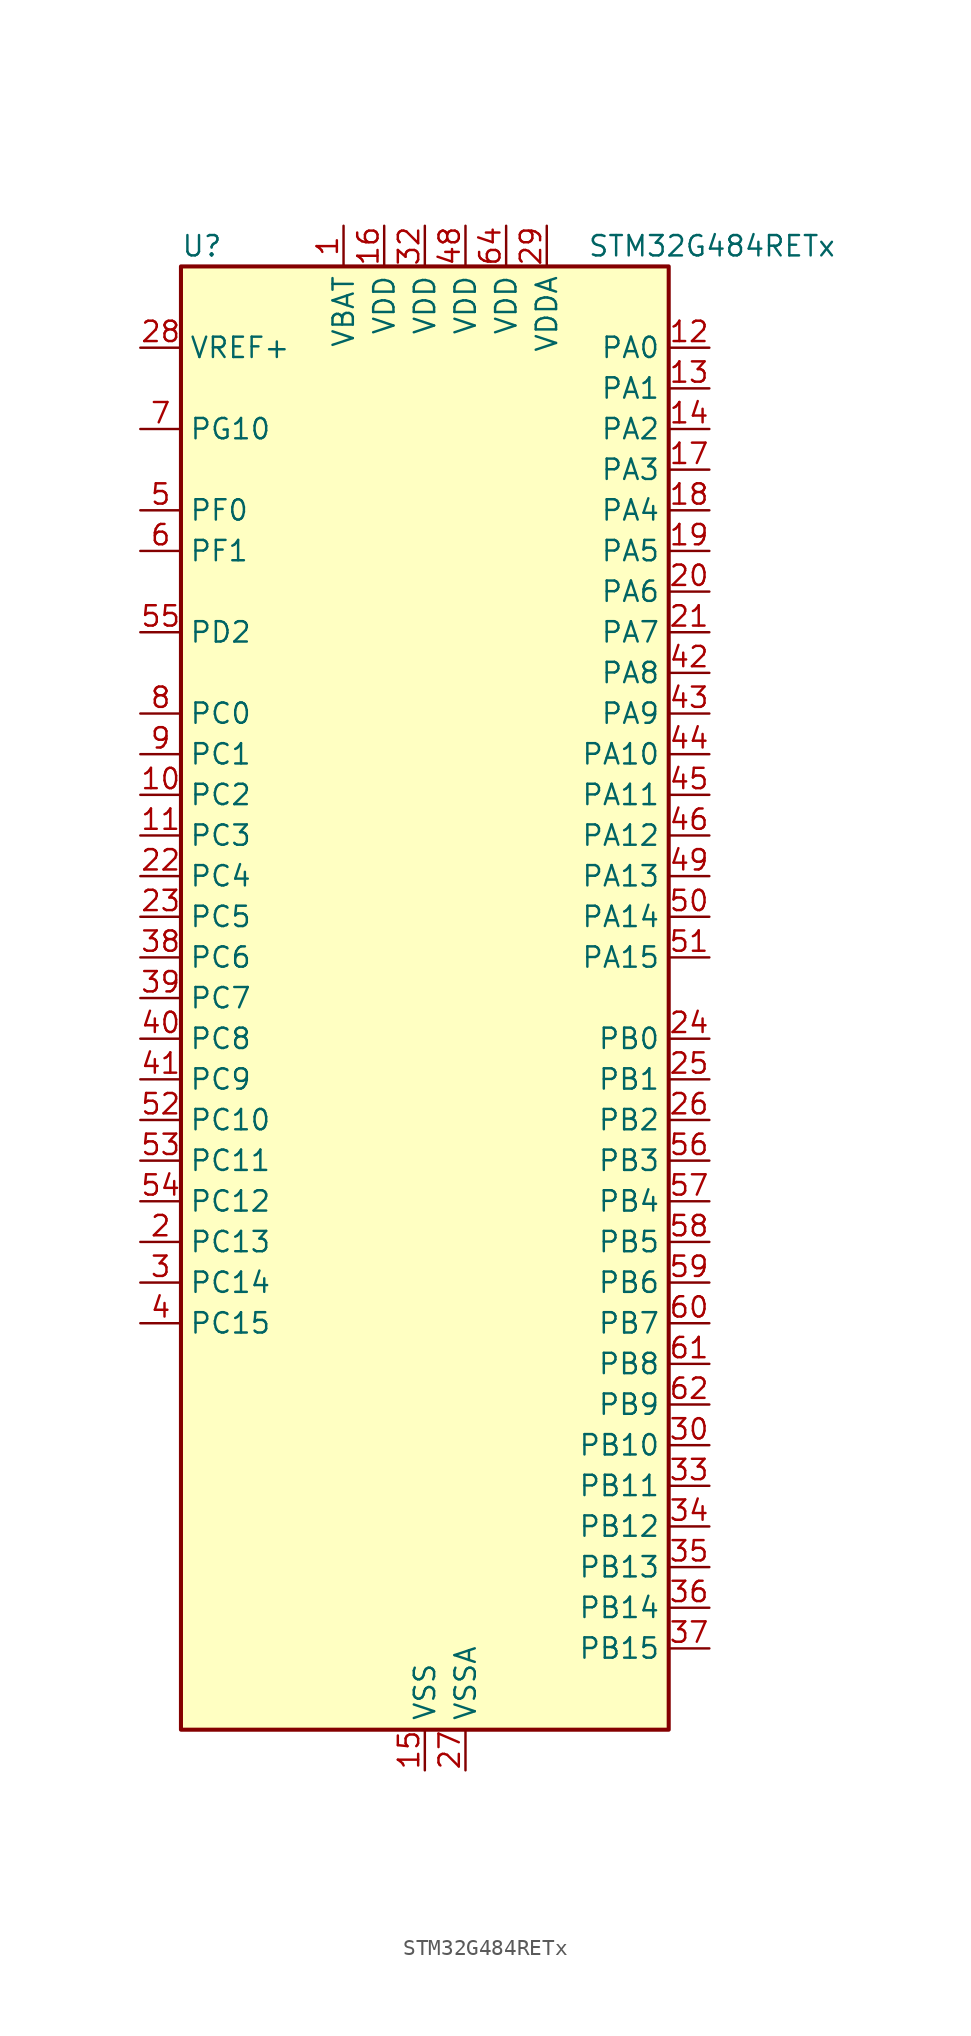
<source format=kicad_sym>
(kicad_symbol_lib
  (version 20241209)
  (generator "kicad_symbol_editor")
  (generator_version "9.0")
  (symbol "STM32G484RETx"
    (property "Reference" "U"
      (at -15.24 46.99 0)
      (effects (font (size 1.27 1.27)) (justify left)))
    (property "Value" "STM32G484RETx"
      (at 10.16 46.99 0)
      (effects (font (size 1.27 1.27)) (justify left)))
    (symbol "STM32G484RETx_0_1"
      (rectangle (start -15.24 -45.72) (end 15.24 45.72) (stroke (width 0.254) (type default)) (fill (type background))))
    (symbol "STM32G484RETx_1_1"
      (pin input line (at -17.78 40.64 0) (length 2.54) (name "VREF+" (effects (font (size 1.27 1.27)))) (number "28" (effects (font (size 1.27 1.27)))) (alternate "VREFBUF_OUT" bidirectional line))
      (pin bidirectional line (at -17.78 35.56 0) (length 2.54) (name "PG10" (effects (font (size 1.27 1.27)))) (number "7" (effects (font (size 1.27 1.27)))) (alternate "DAC1_EXTI10" bidirectional line) (alternate "DAC2_EXTI10" bidirectional line) (alternate "DAC3_EXTI10" bidirectional line) (alternate "DAC4_EXTI10" bidirectional line) (alternate "RCC_MCO" bidirectional line))
      (pin bidirectional line (at -17.78 30.48 0) (length 2.54) (name "PF0" (effects (font (size 1.27 1.27)))) (number "5" (effects (font (size 1.27 1.27)))) (alternate "ADC1_IN10" bidirectional line) (alternate "I2C2_SDA" bidirectional line) (alternate "I2S2_WS" bidirectional line) (alternate "RCC_OSC_IN" bidirectional line) (alternate "SPI2_NSS" bidirectional line) (alternate "TIM1_CH3N" bidirectional line))
      (pin bidirectional line (at -17.78 27.94 0) (length 2.54) (name "PF1" (effects (font (size 1.27 1.27)))) (number "6" (effects (font (size 1.27 1.27)))) (alternate "ADC2_IN10" bidirectional line) (alternate "COMP3_INM" bidirectional line) (alternate "I2S2_CK" bidirectional line) (alternate "RCC_OSC_OUT" bidirectional line) (alternate "SPI2_SCK" bidirectional line))
      (pin bidirectional line (at -17.78 22.86 0) (length 2.54) (name "PD2" (effects (font (size 1.27 1.27)))) (number "55" (effects (font (size 1.27 1.27)))) (alternate "ADC3_EXTI2" bidirectional line) (alternate "ADC4_EXTI2" bidirectional line) (alternate "ADC5_EXTI2" bidirectional line) (alternate "TIM3_ETR" bidirectional line) (alternate "TIM8_BKIN" bidirectional line) (alternate "UART5_RX" bidirectional line))
      (pin bidirectional line (at -17.78 17.78 0) (length 2.54) (name "PC0" (effects (font (size 1.27 1.27)))) (number "8" (effects (font (size 1.27 1.27)))) (alternate "ADC1_IN6" bidirectional line) (alternate "ADC2_IN6" bidirectional line) (alternate "COMP3_INM" bidirectional line) (alternate "LPTIM1_IN1" bidirectional line) (alternate "LPUART1_RX" bidirectional line) (alternate "TIM1_CH1" bidirectional line))
      (pin bidirectional line (at -17.78 15.24 0) (length 2.54) (name "PC1" (effects (font (size 1.27 1.27)))) (number "9" (effects (font (size 1.27 1.27)))) (alternate "ADC1_IN7" bidirectional line) (alternate "ADC2_IN7" bidirectional line) (alternate "COMP3_INP" bidirectional line) (alternate "LPTIM1_OUT" bidirectional line) (alternate "LPUART1_TX" bidirectional line) (alternate "QUADSPI1_BK2_IO0" bidirectional line) (alternate "SAI1_SD_A" bidirectional line) (alternate "TIM1_CH2" bidirectional line))
      (pin bidirectional line (at -17.78 12.7 0) (length 2.54) (name "PC2" (effects (font (size 1.27 1.27)))) (number "10" (effects (font (size 1.27 1.27)))) (alternate "ADC1_IN8" bidirectional line) (alternate "ADC2_IN8" bidirectional line) (alternate "ADC3_EXTI2" bidirectional line) (alternate "ADC4_EXTI2" bidirectional line) (alternate "ADC5_EXTI2" bidirectional line) (alternate "COMP3_OUT" bidirectional line) (alternate "LPTIM1_IN2" bidirectional line) (alternate "QUADSPI1_BK2_IO1" bidirectional line) (alternate "TIM1_CH3" bidirectional line) (alternate "TIM20_CH2" bidirectional line))
      (pin bidirectional line (at -17.78 10.16 0) (length 2.54) (name "PC3" (effects (font (size 1.27 1.27)))) (number "11" (effects (font (size 1.27 1.27)))) (alternate "ADC1_IN9" bidirectional line) (alternate "ADC2_IN9" bidirectional line) (alternate "ADC3_EXTI3" bidirectional line) (alternate "ADC4_EXTI3" bidirectional line) (alternate "ADC5_EXTI3" bidirectional line) (alternate "LPTIM1_ETR" bidirectional line) (alternate "OPAMP5_VINP" bidirectional line) (alternate "OPAMP5_VINP_SEC" bidirectional line) (alternate "QUADSPI1_BK2_IO2" bidirectional line) (alternate "SAI1_D1" bidirectional line) (alternate "SAI1_SD_A" bidirectional line) (alternate "TIM1_BKIN2" bidirectional line) (alternate "TIM1_CH4" bidirectional line))
      (pin bidirectional line (at -17.78 7.62 0) (length 2.54) (name "PC4" (effects (font (size 1.27 1.27)))) (number "22" (effects (font (size 1.27 1.27)))) (alternate "ADC2_IN5" bidirectional line) (alternate "I2C2_SCL" bidirectional line) (alternate "QUADSPI1_BK2_IO3" bidirectional line) (alternate "TIM1_ETR" bidirectional line) (alternate "USART1_TX" bidirectional line))
      (pin bidirectional line (at -17.78 5.08 0) (length 2.54) (name "PC5" (effects (font (size 1.27 1.27)))) (number "23" (effects (font (size 1.27 1.27)))) (alternate "ADC2_IN11" bidirectional line) (alternate "HRTIM1_EEV10" bidirectional line) (alternate "OPAMP1_VINM" bidirectional line) (alternate "OPAMP1_VINM1" bidirectional line) (alternate "OPAMP1_VINM_SEC" bidirectional line) (alternate "OPAMP2_VINM" bidirectional line) (alternate "OPAMP2_VINM1" bidirectional line) (alternate "OPAMP2_VINM_SEC" bidirectional line) (alternate "SAI1_D3" bidirectional line) (alternate "SYS_WKUP5" bidirectional line) (alternate "TIM15_BKIN" bidirectional line) (alternate "TIM1_CH4N" bidirectional line) (alternate "USART1_RX" bidirectional line))
      (pin bidirectional line (at -17.78 2.54 0) (length 2.54) (name "PC6" (effects (font (size 1.27 1.27)))) (number "38" (effects (font (size 1.27 1.27)))) (alternate "COMP6_OUT" bidirectional line) (alternate "HRTIM1_CHF1" bidirectional line) (alternate "HRTIM1_EEV10" bidirectional line) (alternate "I2C4_SCL" bidirectional line) (alternate "I2S2_MCK" bidirectional line) (alternate "TIM3_CH1" bidirectional line) (alternate "TIM8_CH1" bidirectional line))
      (pin bidirectional line (at -17.78 0 0) (length 2.54) (name "PC7" (effects (font (size 1.27 1.27)))) (number "39" (effects (font (size 1.27 1.27)))) (alternate "COMP5_OUT" bidirectional line) (alternate "HRTIM1_CHF2" bidirectional line) (alternate "HRTIM1_FLT5" bidirectional line) (alternate "I2C4_SDA" bidirectional line) (alternate "I2S3_MCK" bidirectional line) (alternate "TIM3_CH2" bidirectional line) (alternate "TIM8_CH2" bidirectional line))
      (pin bidirectional line (at -17.78 -2.54 0) (length 2.54) (name "PC8" (effects (font (size 1.27 1.27)))) (number "40" (effects (font (size 1.27 1.27)))) (alternate "COMP7_OUT" bidirectional line) (alternate "HRTIM1_CHE1" bidirectional line) (alternate "I2C3_SCL" bidirectional line) (alternate "TIM20_CH3" bidirectional line) (alternate "TIM3_CH3" bidirectional line) (alternate "TIM8_CH3" bidirectional line))
      (pin bidirectional line (at -17.78 -5.08 0) (length 2.54) (name "PC9" (effects (font (size 1.27 1.27)))) (number "41" (effects (font (size 1.27 1.27)))) (alternate "DAC1_EXTI9" bidirectional line) (alternate "DAC2_EXTI9" bidirectional line) (alternate "DAC3_EXTI9" bidirectional line) (alternate "DAC4_EXTI9" bidirectional line) (alternate "HRTIM1_CHE2" bidirectional line) (alternate "I2C3_SDA" bidirectional line) (alternate "I2S_CKIN" bidirectional line) (alternate "TIM3_CH4" bidirectional line) (alternate "TIM8_BKIN2" bidirectional line) (alternate "TIM8_CH4" bidirectional line))
      (pin bidirectional line (at -17.78 -7.62 0) (length 2.54) (name "PC10" (effects (font (size 1.27 1.27)))) (number "52" (effects (font (size 1.27 1.27)))) (alternate "DAC1_EXTI10" bidirectional line) (alternate "DAC2_EXTI10" bidirectional line) (alternate "DAC3_EXTI10" bidirectional line) (alternate "DAC4_EXTI10" bidirectional line) (alternate "HRTIM1_FLT6" bidirectional line) (alternate "I2S3_CK" bidirectional line) (alternate "SPI3_SCK" bidirectional line) (alternate "TIM8_CH1N" bidirectional line) (alternate "UART4_TX" bidirectional line) (alternate "USART3_TX" bidirectional line))
      (pin bidirectional line (at -17.78 -10.16 0) (length 2.54) (name "PC11" (effects (font (size 1.27 1.27)))) (number "53" (effects (font (size 1.27 1.27)))) (alternate "ADC1_EXTI11" bidirectional line) (alternate "ADC2_EXTI11" bidirectional line) (alternate "HRTIM1_EEV2" bidirectional line) (alternate "I2C3_SDA" bidirectional line) (alternate "SPI3_MISO" bidirectional line) (alternate "TIM8_CH2N" bidirectional line) (alternate "UART4_RX" bidirectional line) (alternate "USART3_RX" bidirectional line))
      (pin bidirectional line (at -17.78 -12.7 0) (length 2.54) (name "PC12" (effects (font (size 1.27 1.27)))) (number "54" (effects (font (size 1.27 1.27)))) (alternate "HRTIM1_EEV1" bidirectional line) (alternate "I2S3_SD" bidirectional line) (alternate "SPI3_MOSI" bidirectional line) (alternate "TIM5_CH2" bidirectional line) (alternate "TIM8_CH3N" bidirectional line) (alternate "UART5_TX" bidirectional line) (alternate "UCPD1_FRSTX1" bidirectional line) (alternate "UCPD1_FRSTX2" bidirectional line) (alternate "USART3_CK" bidirectional line))
      (pin bidirectional line (at -17.78 -15.24 0) (length 2.54) (name "PC13" (effects (font (size 1.27 1.27)))) (number "2" (effects (font (size 1.27 1.27)))) (alternate "RTC_OUT1" bidirectional line) (alternate "RTC_TAMP1" bidirectional line) (alternate "RTC_TS" bidirectional line) (alternate "SYS_WKUP2" bidirectional line) (alternate "TIM1_BKIN" bidirectional line) (alternate "TIM1_CH1N" bidirectional line) (alternate "TIM8_CH4N" bidirectional line))
      (pin bidirectional line (at -17.78 -17.78 0) (length 2.54) (name "PC14" (effects (font (size 1.27 1.27)))) (number "3" (effects (font (size 1.27 1.27)))) (alternate "RCC_OSC32_IN" bidirectional line))
      (pin bidirectional line (at -17.78 -20.32 0) (length 2.54) (name "PC15" (effects (font (size 1.27 1.27)))) (number "4" (effects (font (size 1.27 1.27)))) (alternate "ADC1_EXTI15" bidirectional line) (alternate "ADC2_EXTI15" bidirectional line) (alternate "RCC_OSC32_OUT" bidirectional line))
      (pin power_in line (at -5.08 48.26 270) (length 2.54) (name "VBAT" (effects (font (size 1.27 1.27)))) (number "1" (effects (font (size 1.27 1.27)))))
      (pin power_in line (at -2.54 48.26 270) (length 2.54) (name "VDD" (effects (font (size 1.27 1.27)))) (number "16" (effects (font (size 1.27 1.27)))))
      (pin power_in line (at 0 48.26 270) (length 2.54) (name "VDD" (effects (font (size 1.27 1.27)))) (number "32" (effects (font (size 1.27 1.27)))))
      (pin power_in line (at 0 -48.26 90) (length 2.54) (name "VSS" (effects (font (size 1.27 1.27)))) (number "15" (effects (font (size 1.27 1.27)))))
      (pin passive line (at 0 -48.26 90) (length 2.54) (hide yes) (name "VSS" (effects (font (size 1.27 1.27)))) (number "31" (effects (font (size 1.27 1.27)))))
      (pin passive line (at 0 -48.26 90) (length 2.54) (hide yes) (name "VSS" (effects (font (size 1.27 1.27)))) (number "47" (effects (font (size 1.27 1.27)))))
      (pin passive line (at 0 -48.26 90) (length 2.54) (hide yes) (name "VSS" (effects (font (size 1.27 1.27)))) (number "63" (effects (font (size 1.27 1.27)))))
      (pin power_in line (at 2.54 48.26 270) (length 2.54) (name "VDD" (effects (font (size 1.27 1.27)))) (number "48" (effects (font (size 1.27 1.27)))))
      (pin power_in line (at 2.54 -48.26 90) (length 2.54) (name "VSSA" (effects (font (size 1.27 1.27)))) (number "27" (effects (font (size 1.27 1.27)))))
      (pin power_in line (at 5.08 48.26 270) (length 2.54) (name "VDD" (effects (font (size 1.27 1.27)))) (number "64" (effects (font (size 1.27 1.27)))))
      (pin power_in line (at 7.62 48.26 270) (length 2.54) (name "VDDA" (effects (font (size 1.27 1.27)))) (number "29" (effects (font (size 1.27 1.27)))))
      (pin bidirectional line (at 17.78 40.64 180) (length 2.54) (name "PA0" (effects (font (size 1.27 1.27)))) (number "12" (effects (font (size 1.27 1.27)))) (alternate "ADC1_IN1" bidirectional line) (alternate "ADC2_IN1" bidirectional line) (alternate "COMP1_INM" bidirectional line) (alternate "COMP1_OUT" bidirectional line) (alternate "COMP3_INP" bidirectional line) (alternate "RTC_TAMP2" bidirectional line) (alternate "SYS_WKUP1" bidirectional line) (alternate "TIM2_CH1" bidirectional line) (alternate "TIM2_ETR" bidirectional line) (alternate "TIM5_CH1" bidirectional line) (alternate "TIM8_BKIN" bidirectional line) (alternate "TIM8_ETR" bidirectional line) (alternate "USART2_CTS" bidirectional line) (alternate "USART2_NSS" bidirectional line))
      (pin bidirectional line (at 17.78 38.1 180) (length 2.54) (name "PA1" (effects (font (size 1.27 1.27)))) (number "13" (effects (font (size 1.27 1.27)))) (alternate "ADC1_IN2" bidirectional line) (alternate "ADC2_IN2" bidirectional line) (alternate "COMP1_INP" bidirectional line) (alternate "OPAMP1_VINP" bidirectional line) (alternate "OPAMP1_VINP_SEC" bidirectional line) (alternate "OPAMP3_VINP" bidirectional line) (alternate "OPAMP3_VINP_SEC" bidirectional line) (alternate "OPAMP6_VINM" bidirectional line) (alternate "OPAMP6_VINM0" bidirectional line) (alternate "OPAMP6_VINM_SEC" bidirectional line) (alternate "RTC_REFIN" bidirectional line) (alternate "TIM15_CH1N" bidirectional line) (alternate "TIM2_CH2" bidirectional line) (alternate "TIM5_CH2" bidirectional line) (alternate "USART2_DE" bidirectional line) (alternate "USART2_RTS" bidirectional line))
      (pin bidirectional line (at 17.78 35.56 180) (length 2.54) (name "PA2" (effects (font (size 1.27 1.27)))) (number "14" (effects (font (size 1.27 1.27)))) (alternate "ADC1_IN3" bidirectional line) (alternate "ADC3_EXTI2" bidirectional line) (alternate "ADC4_EXTI2" bidirectional line) (alternate "ADC5_EXTI2" bidirectional line) (alternate "COMP2_INM" bidirectional line) (alternate "COMP2_OUT" bidirectional line) (alternate "LPUART1_TX" bidirectional line) (alternate "OPAMP1_VOUT" bidirectional line) (alternate "QUADSPI1_BK1_NCS" bidirectional line) (alternate "RCC_LSCO" bidirectional line) (alternate "SYS_WKUP4" bidirectional line) (alternate "TIM15_CH1" bidirectional line) (alternate "TIM2_CH3" bidirectional line) (alternate "TIM5_CH3" bidirectional line) (alternate "UCPD1_FRSTX1" bidirectional line) (alternate "UCPD1_FRSTX2" bidirectional line) (alternate "USART2_TX" bidirectional line))
      (pin bidirectional line (at 17.78 33.02 180) (length 2.54) (name "PA3" (effects (font (size 1.27 1.27)))) (number "17" (effects (font (size 1.27 1.27)))) (alternate "ADC1_IN4" bidirectional line) (alternate "ADC3_EXTI3" bidirectional line) (alternate "ADC4_EXTI3" bidirectional line) (alternate "ADC5_EXTI3" bidirectional line) (alternate "COMP2_INP" bidirectional line) (alternate "LPUART1_RX" bidirectional line) (alternate "OPAMP1_VINM" bidirectional line) (alternate "OPAMP1_VINM0" bidirectional line) (alternate "OPAMP1_VINM_SEC" bidirectional line) (alternate "OPAMP1_VINP" bidirectional line) (alternate "OPAMP1_VINP_SEC" bidirectional line) (alternate "OPAMP5_VINM" bidirectional line) (alternate "OPAMP5_VINM1" bidirectional line) (alternate "OPAMP5_VINM_SEC" bidirectional line) (alternate "QUADSPI1_CLK" bidirectional line) (alternate "SAI1_CK1" bidirectional line) (alternate "SAI1_MCLK_A" bidirectional line) (alternate "TIM15_CH2" bidirectional line) (alternate "TIM2_CH4" bidirectional line) (alternate "TIM5_CH4" bidirectional line) (alternate "USART2_RX" bidirectional line))
      (pin bidirectional line (at 17.78 30.48 180) (length 2.54) (name "PA4" (effects (font (size 1.27 1.27)))) (number "18" (effects (font (size 1.27 1.27)))) (alternate "ADC2_IN17" bidirectional line) (alternate "COMP1_INM" bidirectional line) (alternate "DAC1_OUT1" bidirectional line) (alternate "I2S3_WS" bidirectional line) (alternate "SAI1_FS_B" bidirectional line) (alternate "SPI1_NSS" bidirectional line) (alternate "SPI3_NSS" bidirectional line) (alternate "TIM3_CH2" bidirectional line) (alternate "USART2_CK" bidirectional line))
      (pin bidirectional line (at 17.78 27.94 180) (length 2.54) (name "PA5" (effects (font (size 1.27 1.27)))) (number "19" (effects (font (size 1.27 1.27)))) (alternate "ADC2_IN13" bidirectional line) (alternate "COMP2_INM" bidirectional line) (alternate "DAC1_OUT2" bidirectional line) (alternate "OPAMP2_VINM" bidirectional line) (alternate "OPAMP2_VINM0" bidirectional line) (alternate "OPAMP2_VINM_SEC" bidirectional line) (alternate "SPI1_SCK" bidirectional line) (alternate "TIM2_CH1" bidirectional line) (alternate "TIM2_ETR" bidirectional line) (alternate "UCPD1_FRSTX1" bidirectional line) (alternate "UCPD1_FRSTX2" bidirectional line))
      (pin bidirectional line (at 17.78 25.4 180) (length 2.54) (name "PA6" (effects (font (size 1.27 1.27)))) (number "20" (effects (font (size 1.27 1.27)))) (alternate "ADC2_IN3" bidirectional line) (alternate "COMP1_OUT" bidirectional line) (alternate "DAC2_OUT1" bidirectional line) (alternate "LPUART1_CTS" bidirectional line) (alternate "OPAMP2_VOUT" bidirectional line) (alternate "QUADSPI1_BK1_IO3" bidirectional line) (alternate "SPI1_MISO" bidirectional line) (alternate "TIM16_CH1" bidirectional line) (alternate "TIM1_BKIN" bidirectional line) (alternate "TIM3_CH1" bidirectional line) (alternate "TIM8_BKIN" bidirectional line))
      (pin bidirectional line (at 17.78 22.86 180) (length 2.54) (name "PA7" (effects (font (size 1.27 1.27)))) (number "21" (effects (font (size 1.27 1.27)))) (alternate "ADC2_IN4" bidirectional line) (alternate "COMP2_INP" bidirectional line) (alternate "COMP2_OUT" bidirectional line) (alternate "OPAMP1_VINP" bidirectional line) (alternate "OPAMP1_VINP_SEC" bidirectional line) (alternate "OPAMP2_VINP" bidirectional line) (alternate "OPAMP2_VINP_SEC" bidirectional line) (alternate "QUADSPI1_BK1_IO2" bidirectional line) (alternate "SPI1_MOSI" bidirectional line) (alternate "TIM17_CH1" bidirectional line) (alternate "TIM1_CH1N" bidirectional line) (alternate "TIM3_CH2" bidirectional line) (alternate "TIM8_CH1N" bidirectional line) (alternate "UCPD1_FRSTX1" bidirectional line) (alternate "UCPD1_FRSTX2" bidirectional line))
      (pin bidirectional line (at 17.78 20.32 180) (length 2.54) (name "PA8" (effects (font (size 1.27 1.27)))) (number "42" (effects (font (size 1.27 1.27)))) (alternate "ADC5_IN1" bidirectional line) (alternate "COMP7_OUT" bidirectional line) (alternate "FDCAN3_RX" bidirectional line) (alternate "HRTIM1_CHA1" bidirectional line) (alternate "I2C2_SDA" bidirectional line) (alternate "I2C3_SCL" bidirectional line) (alternate "I2S2_MCK" bidirectional line) (alternate "OPAMP5_VOUT" bidirectional line) (alternate "RCC_MCO" bidirectional line) (alternate "SAI1_CK2" bidirectional line) (alternate "SAI1_SCK_A" bidirectional line) (alternate "TIM1_CH1" bidirectional line) (alternate "TIM4_ETR" bidirectional line) (alternate "USART1_CK" bidirectional line))
      (pin bidirectional line (at 17.78 17.78 180) (length 2.54) (name "PA9" (effects (font (size 1.27 1.27)))) (number "43" (effects (font (size 1.27 1.27)))) (alternate "ADC5_IN2" bidirectional line) (alternate "COMP5_OUT" bidirectional line) (alternate "DAC1_EXTI9" bidirectional line) (alternate "DAC2_EXTI9" bidirectional line) (alternate "DAC3_EXTI9" bidirectional line) (alternate "DAC4_EXTI9" bidirectional line) (alternate "HRTIM1_CHA2" bidirectional line) (alternate "I2C2_SCL" bidirectional line) (alternate "I2C3_SMBA" bidirectional line) (alternate "I2S3_MCK" bidirectional line) (alternate "SAI1_FS_A" bidirectional line) (alternate "TIM15_BKIN" bidirectional line) (alternate "TIM1_CH2" bidirectional line) (alternate "TIM2_CH3" bidirectional line) (alternate "UCPD1_DBCC1" bidirectional line) (alternate "USART1_TX" bidirectional line))
      (pin bidirectional line (at 17.78 15.24 180) (length 2.54) (name "PA10" (effects (font (size 1.27 1.27)))) (number "44" (effects (font (size 1.27 1.27)))) (alternate "COMP6_OUT" bidirectional line) (alternate "CRS_SYNC" bidirectional line) (alternate "DAC1_EXTI10" bidirectional line) (alternate "DAC2_EXTI10" bidirectional line) (alternate "DAC3_EXTI10" bidirectional line) (alternate "DAC4_EXTI10" bidirectional line) (alternate "HRTIM1_CHB1" bidirectional line) (alternate "I2C2_SMBA" bidirectional line) (alternate "SAI1_D1" bidirectional line) (alternate "SAI1_SD_A" bidirectional line) (alternate "SPI2_MISO" bidirectional line) (alternate "TIM17_BKIN" bidirectional line) (alternate "TIM1_CH3" bidirectional line) (alternate "TIM2_CH4" bidirectional line) (alternate "TIM8_BKIN" bidirectional line) (alternate "UCPD1_DBCC2" bidirectional line) (alternate "USART1_RX" bidirectional line))
      (pin bidirectional line (at 17.78 12.7 180) (length 2.54) (name "PA11" (effects (font (size 1.27 1.27)))) (number "45" (effects (font (size 1.27 1.27)))) (alternate "ADC1_EXTI11" bidirectional line) (alternate "ADC2_EXTI11" bidirectional line) (alternate "COMP1_OUT" bidirectional line) (alternate "FDCAN1_RX" bidirectional line) (alternate "HRTIM1_CHB2" bidirectional line) (alternate "I2S2_SD" bidirectional line) (alternate "SPI2_MOSI" bidirectional line) (alternate "TIM1_BKIN2" bidirectional line) (alternate "TIM1_CH1N" bidirectional line) (alternate "TIM1_CH4" bidirectional line) (alternate "TIM4_CH1" bidirectional line) (alternate "USART1_CTS" bidirectional line) (alternate "USART1_NSS" bidirectional line) (alternate "USB_DM" bidirectional line))
      (pin bidirectional line (at 17.78 10.16 180) (length 2.54) (name "PA12" (effects (font (size 1.27 1.27)))) (number "46" (effects (font (size 1.27 1.27)))) (alternate "COMP2_OUT" bidirectional line) (alternate "FDCAN1_TX" bidirectional line) (alternate "HRTIM1_FLT1" bidirectional line) (alternate "I2S_CKIN" bidirectional line) (alternate "TIM16_CH1" bidirectional line) (alternate "TIM1_CH2N" bidirectional line) (alternate "TIM1_ETR" bidirectional line) (alternate "TIM4_CH2" bidirectional line) (alternate "USART1_DE" bidirectional line) (alternate "USART1_RTS" bidirectional line) (alternate "USB_DP" bidirectional line))
      (pin bidirectional line (at 17.78 7.62 180) (length 2.54) (name "PA13" (effects (font (size 1.27 1.27)))) (number "49" (effects (font (size 1.27 1.27)))) (alternate "I2C1_SCL" bidirectional line) (alternate "I2C4_SCL" bidirectional line) (alternate "IR_OUT" bidirectional line) (alternate "SAI1_SD_B" bidirectional line) (alternate "SYS_JTMS-SWDIO" bidirectional line) (alternate "TIM16_CH1N" bidirectional line) (alternate "TIM4_CH3" bidirectional line) (alternate "USART3_CTS" bidirectional line) (alternate "USART3_NSS" bidirectional line))
      (pin bidirectional line (at 17.78 5.08 180) (length 2.54) (name "PA14" (effects (font (size 1.27 1.27)))) (number "50" (effects (font (size 1.27 1.27)))) (alternate "I2C1_SDA" bidirectional line) (alternate "I2C4_SMBA" bidirectional line) (alternate "LPTIM1_OUT" bidirectional line) (alternate "SAI1_FS_B" bidirectional line) (alternate "SYS_JTCK-SWCLK" bidirectional line) (alternate "TIM1_BKIN" bidirectional line) (alternate "TIM8_CH2" bidirectional line) (alternate "USART2_TX" bidirectional line))
      (pin bidirectional line (at 17.78 2.54 180) (length 2.54) (name "PA15" (effects (font (size 1.27 1.27)))) (number "51" (effects (font (size 1.27 1.27)))) (alternate "ADC1_EXTI15" bidirectional line) (alternate "ADC2_EXTI15" bidirectional line) (alternate "FDCAN3_TX" bidirectional line) (alternate "HRTIM1_FLT2" bidirectional line) (alternate "I2C1_SCL" bidirectional line) (alternate "I2S3_WS" bidirectional line) (alternate "SPI1_NSS" bidirectional line) (alternate "SPI3_NSS" bidirectional line) (alternate "SYS_JTDI" bidirectional line) (alternate "TIM1_BKIN" bidirectional line) (alternate "TIM2_CH1" bidirectional line) (alternate "TIM2_ETR" bidirectional line) (alternate "TIM8_CH1" bidirectional line) (alternate "UART4_DE" bidirectional line) (alternate "UART4_RTS" bidirectional line) (alternate "USART2_RX" bidirectional line))
      (pin bidirectional line (at 17.78 -2.54 180) (length 2.54) (name "PB0" (effects (font (size 1.27 1.27)))) (number "24" (effects (font (size 1.27 1.27)))) (alternate "ADC1_IN15" bidirectional line) (alternate "ADC3_IN12" bidirectional line) (alternate "COMP4_INP" bidirectional line) (alternate "HRTIM1_FLT5" bidirectional line) (alternate "OPAMP2_VINP" bidirectional line) (alternate "OPAMP2_VINP_SEC" bidirectional line) (alternate "OPAMP3_VINP" bidirectional line) (alternate "OPAMP3_VINP_SEC" bidirectional line) (alternate "QUADSPI1_BK1_IO1" bidirectional line) (alternate "TIM1_CH2N" bidirectional line) (alternate "TIM3_CH3" bidirectional line) (alternate "TIM8_CH2N" bidirectional line) (alternate "UCPD1_FRSTX1" bidirectional line) (alternate "UCPD1_FRSTX2" bidirectional line))
      (pin bidirectional line (at 17.78 -5.08 180) (length 2.54) (name "PB1" (effects (font (size 1.27 1.27)))) (number "25" (effects (font (size 1.27 1.27)))) (alternate "ADC1_IN12" bidirectional line) (alternate "ADC3_IN1" bidirectional line) (alternate "COMP1_INP" bidirectional line) (alternate "COMP4_OUT" bidirectional line) (alternate "HRTIM1_SCOUT" bidirectional line) (alternate "LPUART1_DE" bidirectional line) (alternate "LPUART1_RTS" bidirectional line) (alternate "OPAMP3_VOUT" bidirectional line) (alternate "OPAMP6_VINM" bidirectional line) (alternate "OPAMP6_VINM1" bidirectional line) (alternate "OPAMP6_VINM_SEC" bidirectional line) (alternate "QUADSPI1_BK1_IO0" bidirectional line) (alternate "TIM1_CH3N" bidirectional line) (alternate "TIM3_CH4" bidirectional line) (alternate "TIM8_CH3N" bidirectional line))
      (pin bidirectional line (at 17.78 -7.62 180) (length 2.54) (name "PB2" (effects (font (size 1.27 1.27)))) (number "26" (effects (font (size 1.27 1.27)))) (alternate "ADC2_IN12" bidirectional line) (alternate "ADC3_EXTI2" bidirectional line) (alternate "ADC4_EXTI2" bidirectional line) (alternate "ADC5_EXTI2" bidirectional line) (alternate "COMP4_INM" bidirectional line) (alternate "HRTIM1_SCIN" bidirectional line) (alternate "I2C3_SMBA" bidirectional line) (alternate "LPTIM1_OUT" bidirectional line) (alternate "OPAMP3_VINM" bidirectional line) (alternate "OPAMP3_VINM0" bidirectional line) (alternate "OPAMP3_VINM_SEC" bidirectional line) (alternate "QUADSPI1_BK2_IO1" bidirectional line) (alternate "RTC_OUT2" bidirectional line) (alternate "TIM20_CH1" bidirectional line) (alternate "TIM5_CH1" bidirectional line))
      (pin bidirectional line (at 17.78 -10.16 180) (length 2.54) (name "PB3" (effects (font (size 1.27 1.27)))) (number "56" (effects (font (size 1.27 1.27)))) (alternate "ADC3_EXTI3" bidirectional line) (alternate "ADC4_EXTI3" bidirectional line) (alternate "ADC5_EXTI3" bidirectional line) (alternate "CRS_SYNC" bidirectional line) (alternate "FDCAN3_RX" bidirectional line) (alternate "HRTIM1_EEV9" bidirectional line) (alternate "HRTIM1_SCOUT" bidirectional line) (alternate "I2S3_CK" bidirectional line) (alternate "SAI1_SCK_B" bidirectional line) (alternate "SPI1_SCK" bidirectional line) (alternate "SPI3_SCK" bidirectional line) (alternate "SYS_JTDO-SWO" bidirectional line) (alternate "TIM2_CH2" bidirectional line) (alternate "TIM3_ETR" bidirectional line) (alternate "TIM4_ETR" bidirectional line) (alternate "TIM8_CH1N" bidirectional line) (alternate "USART2_TX" bidirectional line))
      (pin bidirectional line (at 17.78 -12.7 180) (length 2.54) (name "PB4" (effects (font (size 1.27 1.27)))) (number "57" (effects (font (size 1.27 1.27)))) (alternate "FDCAN3_TX" bidirectional line) (alternate "HRTIM1_EEV7" bidirectional line) (alternate "SAI1_MCLK_B" bidirectional line) (alternate "SPI1_MISO" bidirectional line) (alternate "SPI3_MISO" bidirectional line) (alternate "SYS_JTRST" bidirectional line) (alternate "TIM16_CH1" bidirectional line) (alternate "TIM17_BKIN" bidirectional line) (alternate "TIM3_CH1" bidirectional line) (alternate "TIM8_CH2N" bidirectional line) (alternate "UART5_DE" bidirectional line) (alternate "UART5_RTS" bidirectional line) (alternate "UCPD1_CC2" bidirectional line) (alternate "USART2_RX" bidirectional line))
      (pin bidirectional line (at 17.78 -15.24 180) (length 2.54) (name "PB5" (effects (font (size 1.27 1.27)))) (number "58" (effects (font (size 1.27 1.27)))) (alternate "FDCAN2_RX" bidirectional line) (alternate "HRTIM1_EEV6" bidirectional line) (alternate "I2C1_SMBA" bidirectional line) (alternate "I2C3_SDA" bidirectional line) (alternate "I2S3_SD" bidirectional line) (alternate "LPTIM1_IN1" bidirectional line) (alternate "SAI1_SD_B" bidirectional line) (alternate "SPI1_MOSI" bidirectional line) (alternate "SPI3_MOSI" bidirectional line) (alternate "TIM16_BKIN" bidirectional line) (alternate "TIM17_CH1" bidirectional line) (alternate "TIM3_CH2" bidirectional line) (alternate "TIM8_CH3N" bidirectional line) (alternate "UART5_CTS" bidirectional line) (alternate "USART2_CK" bidirectional line))
      (pin bidirectional line (at 17.78 -17.78 180) (length 2.54) (name "PB6" (effects (font (size 1.27 1.27)))) (number "59" (effects (font (size 1.27 1.27)))) (alternate "COMP4_OUT" bidirectional line) (alternate "FDCAN2_TX" bidirectional line) (alternate "HRTIM1_EEV4" bidirectional line) (alternate "HRTIM1_SCIN" bidirectional line) (alternate "LPTIM1_ETR" bidirectional line) (alternate "SAI1_FS_B" bidirectional line) (alternate "TIM16_CH1N" bidirectional line) (alternate "TIM4_CH1" bidirectional line) (alternate "TIM8_BKIN2" bidirectional line) (alternate "TIM8_CH1" bidirectional line) (alternate "TIM8_ETR" bidirectional line) (alternate "UCPD1_CC1" bidirectional line) (alternate "USART1_TX" bidirectional line))
      (pin bidirectional line (at 17.78 -20.32 180) (length 2.54) (name "PB7" (effects (font (size 1.27 1.27)))) (number "60" (effects (font (size 1.27 1.27)))) (alternate "COMP3_OUT" bidirectional line) (alternate "HRTIM1_EEV3" bidirectional line) (alternate "I2C1_SDA" bidirectional line) (alternate "I2C4_SDA" bidirectional line) (alternate "LPTIM1_IN2" bidirectional line) (alternate "SYS_PVD_IN" bidirectional line) (alternate "TIM17_CH1N" bidirectional line) (alternate "TIM3_CH4" bidirectional line) (alternate "TIM4_CH2" bidirectional line) (alternate "TIM8_BKIN" bidirectional line) (alternate "UART4_CTS" bidirectional line) (alternate "USART1_RX" bidirectional line))
      (pin bidirectional line (at 17.78 -22.86 180) (length 2.54) (name "PB8" (effects (font (size 1.27 1.27)))) (number "61" (effects (font (size 1.27 1.27)))) (alternate "COMP1_OUT" bidirectional line) (alternate "FDCAN1_RX" bidirectional line) (alternate "HRTIM1_EEV8" bidirectional line) (alternate "I2C1_SCL" bidirectional line) (alternate "SAI1_CK1" bidirectional line) (alternate "SAI1_MCLK_A" bidirectional line) (alternate "TIM16_CH1" bidirectional line) (alternate "TIM1_BKIN" bidirectional line) (alternate "TIM4_CH3" bidirectional line) (alternate "TIM8_CH2" bidirectional line) (alternate "USART3_RX" bidirectional line))
      (pin bidirectional line (at 17.78 -25.4 180) (length 2.54) (name "PB9" (effects (font (size 1.27 1.27)))) (number "62" (effects (font (size 1.27 1.27)))) (alternate "COMP2_OUT" bidirectional line) (alternate "DAC1_EXTI9" bidirectional line) (alternate "DAC2_EXTI9" bidirectional line) (alternate "DAC3_EXTI9" bidirectional line) (alternate "DAC4_EXTI9" bidirectional line) (alternate "FDCAN1_TX" bidirectional line) (alternate "HRTIM1_EEV5" bidirectional line) (alternate "I2C1_SDA" bidirectional line) (alternate "IR_OUT" bidirectional line) (alternate "SAI1_D2" bidirectional line) (alternate "SAI1_FS_A" bidirectional line) (alternate "TIM17_CH1" bidirectional line) (alternate "TIM1_CH3N" bidirectional line) (alternate "TIM4_CH4" bidirectional line) (alternate "TIM8_CH3" bidirectional line) (alternate "USART3_TX" bidirectional line))
      (pin bidirectional line (at 17.78 -27.94 180) (length 2.54) (name "PB10" (effects (font (size 1.27 1.27)))) (number "30" (effects (font (size 1.27 1.27)))) (alternate "COMP5_INM" bidirectional line) (alternate "DAC1_EXTI10" bidirectional line) (alternate "DAC2_EXTI10" bidirectional line) (alternate "DAC3_EXTI10" bidirectional line) (alternate "DAC4_EXTI10" bidirectional line) (alternate "HRTIM1_FLT3" bidirectional line) (alternate "LPUART1_RX" bidirectional line) (alternate "OPAMP3_VINM" bidirectional line) (alternate "OPAMP3_VINM1" bidirectional line) (alternate "OPAMP3_VINM_SEC" bidirectional line) (alternate "OPAMP4_VINM" bidirectional line) (alternate "OPAMP4_VINM0" bidirectional line) (alternate "OPAMP4_VINM_SEC" bidirectional line) (alternate "QUADSPI1_CLK" bidirectional line) (alternate "SAI1_SCK_A" bidirectional line) (alternate "TIM1_BKIN" bidirectional line) (alternate "TIM2_CH3" bidirectional line) (alternate "USART3_TX" bidirectional line))
      (pin bidirectional line (at 17.78 -30.48 180) (length 2.54) (name "PB11" (effects (font (size 1.27 1.27)))) (number "33" (effects (font (size 1.27 1.27)))) (alternate "ADC1_EXTI11" bidirectional line) (alternate "ADC1_IN14" bidirectional line) (alternate "ADC2_EXTI11" bidirectional line) (alternate "ADC2_IN14" bidirectional line) (alternate "COMP6_INP" bidirectional line) (alternate "HRTIM1_FLT4" bidirectional line) (alternate "LPUART1_TX" bidirectional line) (alternate "OPAMP4_VINP" bidirectional line) (alternate "OPAMP4_VINP_SEC" bidirectional line) (alternate "OPAMP6_VOUT" bidirectional line) (alternate "QUADSPI1_BK1_NCS" bidirectional line) (alternate "TIM2_CH4" bidirectional line) (alternate "USART3_RX" bidirectional line))
      (pin bidirectional line (at 17.78 -33.02 180) (length 2.54) (name "PB12" (effects (font (size 1.27 1.27)))) (number "34" (effects (font (size 1.27 1.27)))) (alternate "ADC1_IN11" bidirectional line) (alternate "ADC4_IN3" bidirectional line) (alternate "COMP7_INM" bidirectional line) (alternate "FDCAN2_RX" bidirectional line) (alternate "HRTIM1_CHC1" bidirectional line) (alternate "I2C2_SMBA" bidirectional line) (alternate "I2S2_WS" bidirectional line) (alternate "LPUART1_DE" bidirectional line) (alternate "LPUART1_RTS" bidirectional line) (alternate "OPAMP4_VOUT" bidirectional line) (alternate "OPAMP6_VINP" bidirectional line) (alternate "OPAMP6_VINP_SEC" bidirectional line) (alternate "SPI2_NSS" bidirectional line) (alternate "TIM1_BKIN" bidirectional line) (alternate "TIM5_ETR" bidirectional line) (alternate "USART3_CK" bidirectional line))
      (pin bidirectional line (at 17.78 -35.56 180) (length 2.54) (name "PB13" (effects (font (size 1.27 1.27)))) (number "35" (effects (font (size 1.27 1.27)))) (alternate "ADC3_IN5" bidirectional line) (alternate "COMP5_INP" bidirectional line) (alternate "FDCAN2_TX" bidirectional line) (alternate "HRTIM1_CHC2" bidirectional line) (alternate "I2S2_CK" bidirectional line) (alternate "LPUART1_CTS" bidirectional line) (alternate "OPAMP3_VINP" bidirectional line) (alternate "OPAMP3_VINP_SEC" bidirectional line) (alternate "OPAMP4_VINP" bidirectional line) (alternate "OPAMP4_VINP_SEC" bidirectional line) (alternate "OPAMP6_VINP" bidirectional line) (alternate "OPAMP6_VINP_SEC" bidirectional line) (alternate "SPI2_SCK" bidirectional line) (alternate "TIM1_CH1N" bidirectional line) (alternate "USART3_CTS" bidirectional line) (alternate "USART3_NSS" bidirectional line))
      (pin bidirectional line (at 17.78 -38.1 180) (length 2.54) (name "PB14" (effects (font (size 1.27 1.27)))) (number "36" (effects (font (size 1.27 1.27)))) (alternate "ADC1_IN5" bidirectional line) (alternate "ADC4_IN4" bidirectional line) (alternate "COMP4_OUT" bidirectional line) (alternate "COMP7_INP" bidirectional line) (alternate "HRTIM1_CHD1" bidirectional line) (alternate "OPAMP2_VINP" bidirectional line) (alternate "OPAMP2_VINP_SEC" bidirectional line) (alternate "OPAMP5_VINP" bidirectional line) (alternate "OPAMP5_VINP_SEC" bidirectional line) (alternate "SPI2_MISO" bidirectional line) (alternate "TIM15_CH1" bidirectional line) (alternate "TIM1_CH2N" bidirectional line) (alternate "USART3_DE" bidirectional line) (alternate "USART3_RTS" bidirectional line))
      (pin bidirectional line (at 17.78 -40.64 180) (length 2.54) (name "PB15" (effects (font (size 1.27 1.27)))) (number "37" (effects (font (size 1.27 1.27)))) (alternate "ADC1_EXTI15" bidirectional line) (alternate "ADC2_EXTI15" bidirectional line) (alternate "ADC2_IN15" bidirectional line) (alternate "ADC4_IN5" bidirectional line) (alternate "COMP3_OUT" bidirectional line) (alternate "COMP6_INM" bidirectional line) (alternate "HRTIM1_CHD2" bidirectional line) (alternate "I2S2_SD" bidirectional line) (alternate "OPAMP5_VINM" bidirectional line) (alternate "OPAMP5_VINM0" bidirectional line) (alternate "OPAMP5_VINM_SEC" bidirectional line) (alternate "RTC_REFIN" bidirectional line) (alternate "SPI2_MOSI" bidirectional line) (alternate "TIM15_CH1N" bidirectional line) (alternate "TIM15_CH2" bidirectional line) (alternate "TIM1_CH3N" bidirectional line)))))
</source>
